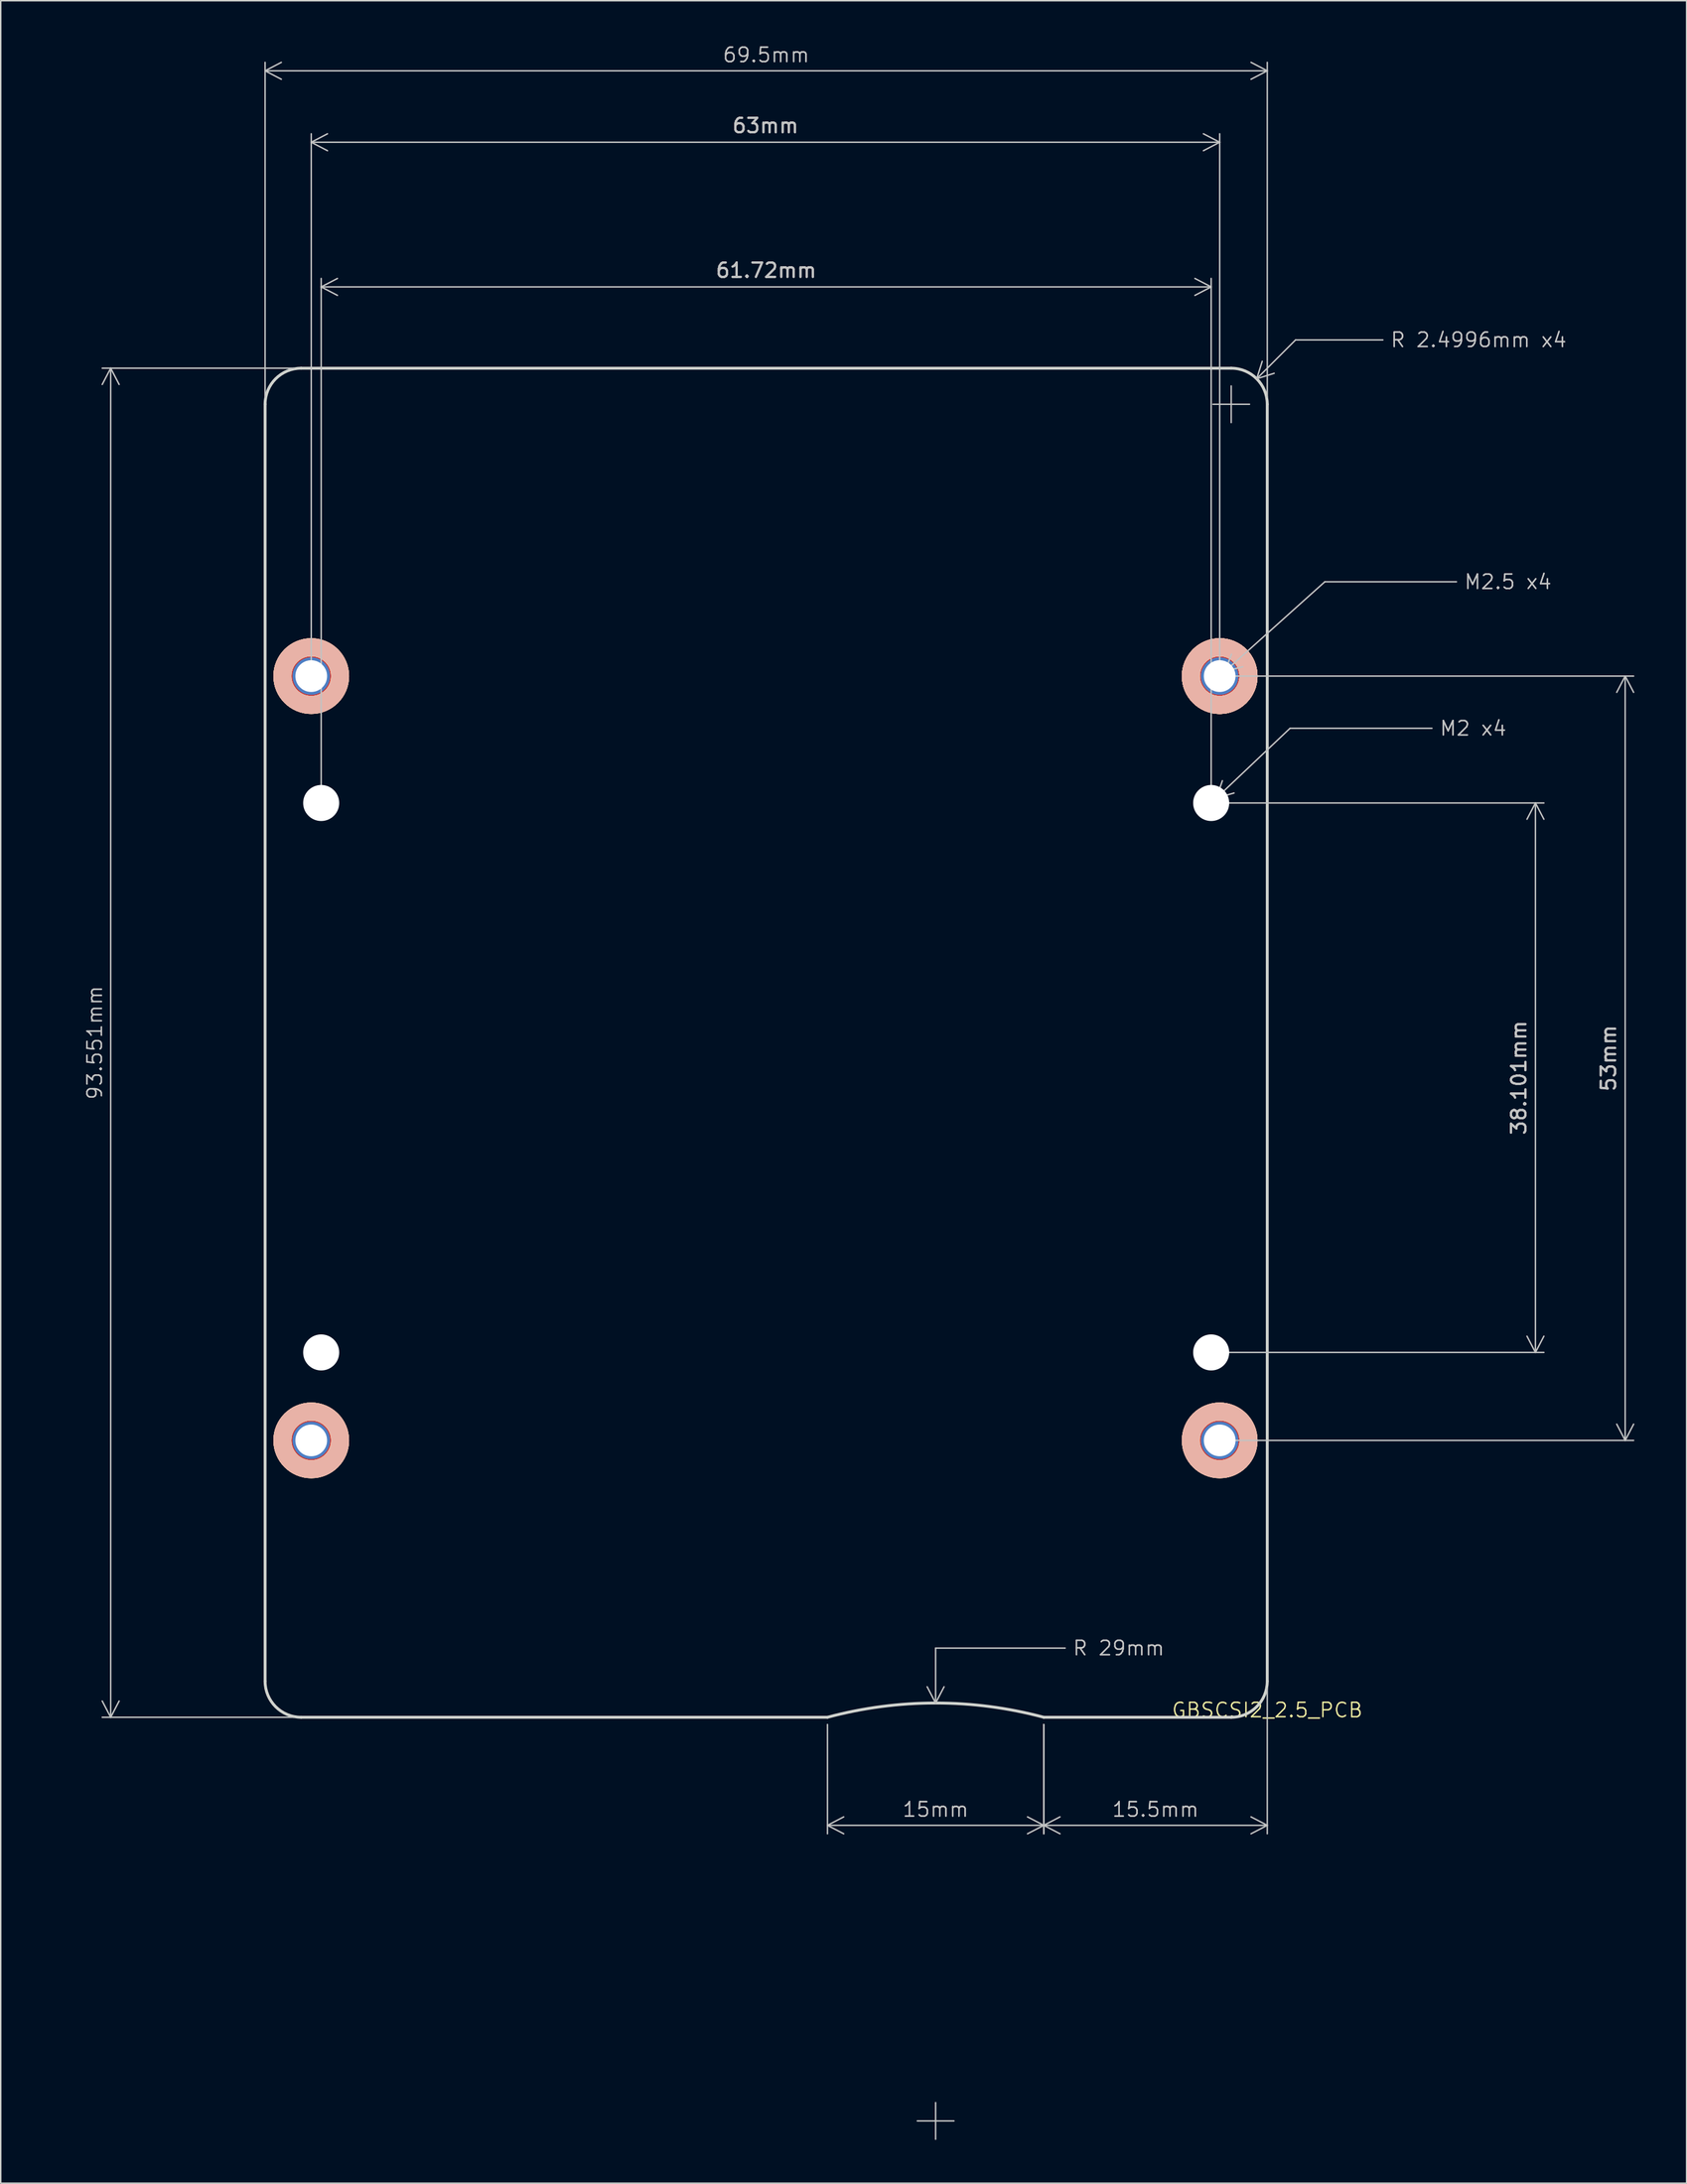
<source format=kicad_pcb>
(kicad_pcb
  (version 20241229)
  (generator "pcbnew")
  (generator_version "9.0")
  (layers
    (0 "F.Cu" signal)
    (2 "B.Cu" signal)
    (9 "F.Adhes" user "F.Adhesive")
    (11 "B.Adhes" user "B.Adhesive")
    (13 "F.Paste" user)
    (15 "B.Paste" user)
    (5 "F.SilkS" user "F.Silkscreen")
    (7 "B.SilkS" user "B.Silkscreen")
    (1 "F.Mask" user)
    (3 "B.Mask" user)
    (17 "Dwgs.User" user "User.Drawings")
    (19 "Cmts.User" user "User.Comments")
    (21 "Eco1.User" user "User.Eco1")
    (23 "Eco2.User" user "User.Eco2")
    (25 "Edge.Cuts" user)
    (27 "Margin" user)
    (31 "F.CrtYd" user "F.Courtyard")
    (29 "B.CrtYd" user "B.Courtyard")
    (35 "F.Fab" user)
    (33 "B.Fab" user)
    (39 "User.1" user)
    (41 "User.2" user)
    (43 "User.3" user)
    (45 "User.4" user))
  (footprint "GBSCSI2_2.5_PCB"
    (layer "F.Cu")
    (at 84.834 116.034)
    (property "Reference" "GBSCSI2_2.5_PCB" (at 0 -0.5 0) (unlocked yes) (layer "F.SilkS") (effects (font (size 1 1) (thickness 0.1))))
    (attr smd)
    (fp_circle (center -66.3 -72.2) (end -64.3 -72.2) (stroke (width 1.25) (type solid)) (fill no) (layer "F.SilkS"))
    (fp_circle (center -66.3 -72.2) (end -64.3 -72.2) (stroke (width 1.25) (type solid)) (fill no) (layer "F.SilkS"))
    (fp_circle (center -66.3 -19.2) (end -64.3 -19.2) (stroke (width 1.25) (type solid)) (fill no) (layer "F.SilkS"))
    (fp_circle (center -66.3 -19.2) (end -64.3 -19.2) (stroke (width 1.25) (type solid)) (fill no) (layer "F.SilkS"))
    (fp_circle (center -3.3 -72.2) (end -1.3 -72.2) (stroke (width 1.25) (type solid)) (fill no) (layer "F.SilkS"))
    (fp_circle (center -3.3 -72.2) (end -1.3 -72.2) (stroke (width 1.25) (type solid)) (fill no) (layer "F.SilkS"))
    (fp_circle (center -3.3 -72.2) (end -1.3 -72.2) (stroke (width 1.25) (type solid)) (fill no) (layer "F.SilkS"))
    (fp_circle (center -3.3 -72.2) (end -1.3 -72.2) (stroke (width 1.25) (type solid)) (fill no) (layer "F.SilkS"))
    (fp_circle (center -3.3 -19.2) (end -1.3 -19.2) (stroke (width 1.25) (type solid)) (fill no) (layer "F.SilkS"))
    (fp_circle (center -3.3 -19.2) (end -1.3 -19.2) (stroke (width 1.25) (type solid)) (fill no) (layer "F.SilkS"))
    (fp_circle (center -66.3 -72.2) (end -64.3 -72.2) (stroke (width 1.25) (type solid)) (fill no) (layer "B.SilkS"))
    (fp_circle (center -66.3 -72.2) (end -64.3 -72.2) (stroke (width 1.25) (type solid)) (fill no) (layer "B.SilkS"))
    (fp_circle (center -66.3 -19.2) (end -64.3 -19.2) (stroke (width 1.25) (type solid)) (fill no) (layer "B.SilkS"))
    (fp_circle (center -66.3 -19.2) (end -64.3 -19.2) (stroke (width 1.25) (type solid)) (fill no) (layer "B.SilkS"))
    (fp_circle (center -3.3 -72.2) (end -1.3 -72.2) (stroke (width 1.25) (type solid)) (fill no) (layer "B.SilkS"))
    (fp_circle (center -3.3 -72.2) (end -1.3 -72.2) (stroke (width 1.25) (type solid)) (fill no) (layer "B.SilkS"))
    (fp_circle (center -3.3 -72.2) (end -1.3 -72.2) (stroke (width 1.25) (type solid)) (fill no) (layer "B.SilkS"))
    (fp_circle (center -3.3 -72.2) (end -1.3 -72.2) (stroke (width 1.25) (type solid)) (fill no) (layer "B.SilkS"))
    (fp_circle (center -3.3 -19.2) (end -1.3 -19.2) (stroke (width 1.25) (type solid)) (fill no) (layer "B.SilkS"))
    (fp_circle (center -3.3 -19.2) (end -1.3 -19.2) (stroke (width 1.25) (type solid)) (fill no) (layer "B.SilkS"))
    (fp_line (start -69.5 -2.5) (end -69.5 -91.05) (stroke (width 0.2) (type solid)) (layer "Edge.Cuts"))
    (fp_line (start -67 -93.55) (end -2.5 -93.55) (stroke (width 0.2) (type solid)) (layer "Edge.Cuts"))
    (fp_line (start -30.5 0) (end -67 0) (stroke (width 0.2) (type solid)) (layer "Edge.Cuts"))
    (fp_line (start -15.5 0) (end -2.5 0) (stroke (width 0.2) (type solid)) (layer "Edge.Cuts"))
    (fp_line (start 0 -2.5) (end 0 -91.05) (stroke (width 0.2) (type solid)) (layer "Edge.Cuts"))
    (fp_arc (start -69.5 -91.05) (mid -68.767767 -92.817767) (end -67 -93.55) (stroke (width 0.2) (type solid)) (layer "Edge.Cuts"))
    (fp_arc (start -67 0) (mid -68.767766 -0.732233) (end -69.5 -2.5) (stroke (width 0.2) (type solid)) (layer "Edge.Cuts"))
    (fp_arc (start -30.5 0) (mid -23 -0.987394) (end -15.5 0) (stroke (width 0.2) (type solid)) (layer "Edge.Cuts"))
    (fp_arc (start -2.5 -93.55) (mid -0.732233 -92.817767) (end 0 -91.05) (stroke (width 0.2) (type solid)) (layer "Edge.Cuts"))
    (fp_arc (start 0 -2.5) (mid -0.732234 -0.732234) (end -2.5 0) (stroke (width 0.2) (type solid)) (layer "Edge.Cuts"))
    (dimension (type leader) (layer "Dwgs.User") (pts (xy 81.534 43.834) (xy 88.827 37.294)) (format (prefix "") (suffix "") (units 0) (units_format 0) (precision 4) (override_value "M2.5 x4")) (style (thickness 0.1) (arrow_length 1.27) (text_position_mode 0) (text_frame 0) (extension_offset 0.5)) (gr_text "M2.5 x4" (at 101.527 37.294 0) (layer "Dwgs.User") (effects (font (size 1 1) (thickness 0.1)))))
    (dimension (type leader) (layer "Dwgs.User") (pts (xy 80.944 52.633) (xy 86.414 47.453)) (format (prefix "") (suffix "") (units 0) (units_format 0) (precision 4) (override_value "M2 x4")) (style (thickness 0.1) (arrow_length 1.27) (text_position_mode 0) (text_frame 0) (extension_offset 0.5)) (gr_text "M2 x4" (at 99.114 47.453 0) (layer "Dwgs.User") (effects (font (size 1 1) (thickness 0.1)))))
    (dimension (type radial) (layer "Dwgs.User") (pts (xy 61.834 144.024) (xy 61.834 115.046)) (leader_length 3.81) (format (prefix "R ") (suffix "mm") (units 3) (units_format 0) (precision 1) (suppress_zeroes yes)) (style (thickness 0.1) (arrow_length 1.27) (text_position_mode 0) (extension_offset 0.5) (keep_text_aligned yes)) (gr_text "R 29mm" (at 74.534 111.236 0) (layer "Dwgs.User") (effects (font (size 1 1) (thickness 0.1)))))
    (dimension (type radial) (layer "Dwgs.User") (pts (xy 82.334 24.983) (xy 84.102 23.216)) (leader_length 3.81) (format (prefix "R ") (suffix "mm x4") (units 3) (units_format 0) (precision 4) (suppress_zeroes yes)) (style (thickness 0.1) (arrow_length 1.27) (text_position_mode 0) (extension_offset 0.5) (keep_text_aligned yes)) (gr_text "R 2.5mm x4" (at 99.496 20.522 0) (layer "Dwgs.User") (effects (font (size 1 1) (thickness 0.1)))))
    (dimension (type orthogonal) (layer "Dwgs.User") (pts (xy 81.534 43.834) (xy 81.534 96.834)) (height 28.121) (orientation 1) (format (prefix "") (suffix "mm") (units 3) (units_format 0) (precision 4) (suppress_zeroes yes)) (style (thickness 0.1) (arrow_length 1.27) (text_position_mode 0) (arrow_direction outward) (extension_height 0.586) (extension_offset 0.5) (keep_text_aligned yes)) (gr_text "53mm" (at 108.505 70.334 90) (layer "Dwgs.User") (effects (font (size 1 1) (thickness 0.15)))))
    (dimension (type orthogonal) (layer "Dwgs.User") (pts (xy 80.944 52.633) (xy 80.944 90.734)) (height 22.488) (orientation 1) (format (prefix "") (suffix "mm") (units 3) (units_format 0) (precision 4) (suppress_zeroes yes)) (style (thickness 0.1) (arrow_length 1.27) (text_position_mode 0) (arrow_direction outward) (extension_height 0.586) (extension_offset 0.5) (keep_text_aligned yes)) (gr_text "38.1mm" (at 102.282 71.683 90) (layer "Dwgs.User") (effects (font (size 1 1) (thickness 0.15)))))
    (dimension (type orthogonal) (layer "Dwgs.User") (pts (xy 15.334 24.983) (xy 84.834 24.983)) (height -23.123) (orientation 0) (format (prefix "") (suffix "mm") (units 3) (units_format 0) (precision 4) (suppress_zeroes yes)) (style (thickness 0.1) (arrow_length 1.27) (text_position_mode 0) (arrow_direction outward) (extension_height 0.586) (extension_offset 0.5) (keep_text_aligned yes)) (gr_text "69.5mm" (at 50.084 0.76 0) (layer "Dwgs.User") (effects (font (size 1 1) (thickness 0.1)))))
    (dimension (type orthogonal) (layer "Dwgs.User") (pts (xy 69.334 116.034) (xy 54.334 116.034)) (height 7.493) (orientation 0) (format (prefix "") (suffix "mm") (units 3) (units_format 0) (precision 4) (suppress_zeroes yes)) (style (thickness 0.1) (arrow_length 1.27) (text_position_mode 0) (arrow_direction outward) (extension_height 0.586) (extension_offset 0.5) (keep_text_aligned yes)) (gr_text "15mm" (at 61.834 122.427 0) (layer "Dwgs.User") (effects (font (size 1 1) (thickness 0.1)))))
    (dimension (type orthogonal) (layer "Dwgs.User") (pts (xy 17.834 116.034) (xy 17.834 22.483)) (height -13.208) (orientation 1) (format (prefix "") (suffix "mm") (units 3) (units_format 0) (precision 4) (suppress_zeroes yes)) (style (thickness 0.1) (arrow_length 1.27) (text_position_mode 0) (arrow_direction outward) (extension_height 0.586) (extension_offset 0.5) (keep_text_aligned yes)) (gr_text "93.55mm" (at 3.526 69.258 90) (layer "Dwgs.User") (effects (font (size 1 1) (thickness 0.1)))))
    (dimension (type orthogonal) (layer "Dwgs.User") (pts (xy 84.834 113.534) (xy 69.334 116.034)) (height 9.993) (orientation 0) (format (prefix "") (suffix "mm") (units 3) (units_format 0) (precision 4) (suppress_zeroes yes)) (style (thickness 0.1) (arrow_length 1.27) (text_position_mode 0) (arrow_direction outward) (extension_height 0.586) (extension_offset 0.5) (keep_text_aligned yes)) (gr_text "15.5mm" (at 77.084 122.427 0) (layer "Dwgs.User") (effects (font (size 1 1) (thickness 0.1)))))
    (dimension (type orthogonal) (layer "Dwgs.User") (pts (xy 18.534 43.834) (xy 81.534 43.834)) (height -37.02) (orientation 0) (format (prefix "") (suffix "mm") (units 3) (units_format 0) (precision 4) (suppress_zeroes yes)) (style (thickness 0.1) (arrow_length 1.27) (text_position_mode 0) (arrow_direction outward) (extension_height 0.586) (extension_offset 0.5) (keep_text_aligned yes)) (gr_text "63mm" (at 50.034 5.663 0) (layer "Dwgs.User") (effects (font (size 1 1) (thickness 0.15)))))
    (dimension (type orthogonal) (layer "Dwgs.User") (pts (xy 19.224 52.633) (xy 80.944 52.633)) (height -35.787) (orientation 0) (format (prefix "") (suffix "mm") (units 3) (units_format 0) (precision 4) (suppress_zeroes yes)) (style (thickness 0.1) (arrow_length 1.27) (text_position_mode 0) (arrow_direction outward) (extension_height 0.586) (extension_offset 0.5) (keep_text_aligned yes)) (gr_text "61.72mm" (at 50.084 15.697 0) (layer "Dwgs.User") (effects (font (size 1 1) (thickness 0.15)))))
    (pad "" np_thru_hole circle (at -65.61 -63.4) (size 2.5 2.5) (drill 2.5) (layers "*.Cu" "*.Mask"))
    (pad "" np_thru_hole circle (at -65.61 -25.3) (size 2.5 2.5) (drill 2.5) (layers "*.Cu" "*.Mask"))
    (pad "" np_thru_hole circle (at -3.89 -63.4) (size 2.5 2.5) (drill 2.5) (layers "*.Cu" "*.Mask"))
    (pad "" np_thru_hole circle (at -3.89 -25.3) (size 2.5 2.5) (drill 2.5) (layers "*.Cu" "*.Mask"))
    (pad "1" thru_hole circle (at -66.3 -72.2) (size 2.6 2.6) (drill 2.2) (layers "*.Cu" "*.Mask"))
    (pad "1" connect circle (at -66.3 -72.2) (size 3.5 3.5) (layers "F.Cu" "F.Mask"))
    (pad "1" thru_hole circle (at -66.3 -19.2) (size 2.6 2.6) (drill 2.2) (layers "*.Cu" "*.Mask"))
    (pad "1" connect circle (at -66.3 -19.2) (size 3.5 3.5) (layers "F.Cu" "F.Mask"))
    (pad "1" thru_hole circle (at -3.3 -72.2) (size 2.6 2.6) (drill 2.2) (layers "*.Cu" "*.Mask"))
    (pad "1" connect circle (at -3.3 -72.2) (size 3.5 3.5) (layers "F.Cu" "F.Mask"))
    (pad "1" thru_hole circle (at -3.3 -19.2) (size 2.6 2.6) (drill 2.2) (layers "*.Cu" "*.Mask"))
    (pad "1" connect circle (at -3.3 -19.2) (size 3.5 3.5) (layers "F.Cu" "F.Mask")))
  (gr_rect
    (start -3 -3)
    (end 113.916 148.344)
    (stroke (width 0.1) (type default))
    (fill no)
    (layer "Edge.Cuts")))
</source>
